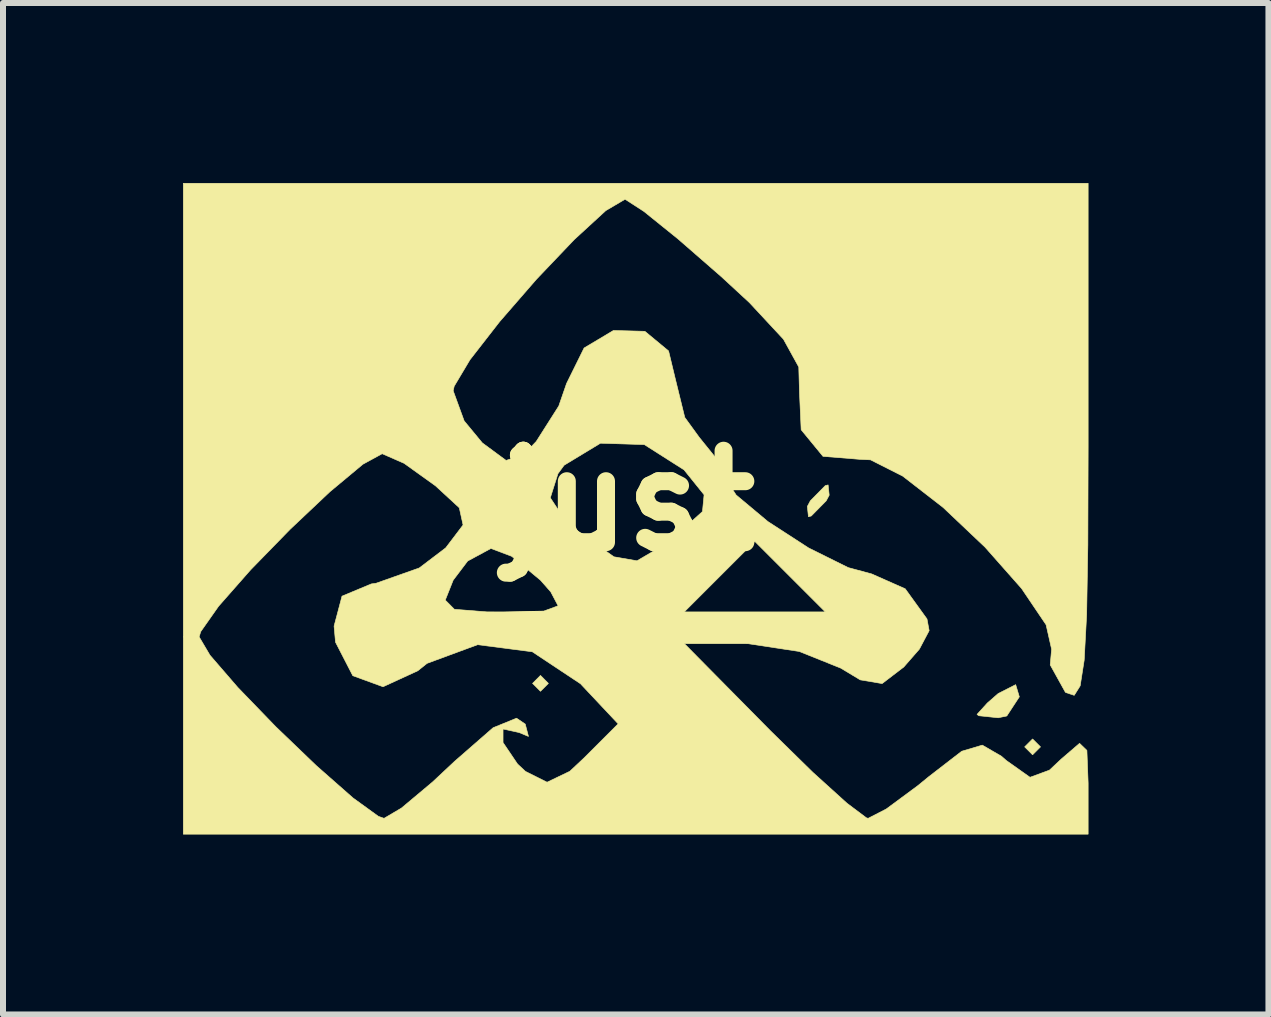
<source format=kicad_pcb>
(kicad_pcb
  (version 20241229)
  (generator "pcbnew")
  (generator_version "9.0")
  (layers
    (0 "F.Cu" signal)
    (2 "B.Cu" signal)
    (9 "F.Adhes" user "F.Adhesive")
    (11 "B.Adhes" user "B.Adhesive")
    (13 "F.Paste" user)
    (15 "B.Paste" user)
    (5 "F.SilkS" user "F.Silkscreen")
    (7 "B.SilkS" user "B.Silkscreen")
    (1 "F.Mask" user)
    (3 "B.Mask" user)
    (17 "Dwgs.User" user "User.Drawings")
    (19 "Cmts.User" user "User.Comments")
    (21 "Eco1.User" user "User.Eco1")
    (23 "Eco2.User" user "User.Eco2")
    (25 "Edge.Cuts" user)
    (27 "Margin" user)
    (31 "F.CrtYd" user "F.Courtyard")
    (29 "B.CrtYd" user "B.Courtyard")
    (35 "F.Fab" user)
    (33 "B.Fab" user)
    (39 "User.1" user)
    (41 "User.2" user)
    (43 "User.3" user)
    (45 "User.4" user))
  (footprint "just"
    (layer "F.Cu")
    (at 7.413 5.297)
    (property "Reference" "just" (at 0 0 0) (layer "F.SilkS") (effects (font (size 1.524 1.524) (thickness 0.3))))
    (attr through_hole)
    (fp_poly (pts (xy -1.323 3.043) (xy -1.455 3.175) (xy -1.587 3.043) (xy -1.455 2.91) (xy -1.323 3.043)) (stroke (width 0.01) (type solid)) (fill yes) (layer "F.SilkS"))
    (fp_poly (pts (xy 6.879 4.101) (xy 6.747 4.233) (xy 6.615 4.101) (xy 6.747 3.969) (xy 6.879 4.101)) (stroke (width 0.01) (type solid)) (fill yes) (layer "F.SilkS"))
    (fp_poly (pts (xy 3.357 -0.094) (xy 3.307 0) (xy 3.058 0.253) (xy 3.011 0.265) (xy 2.993 0.094) (xy 3.043 0) (xy 3.292 -0.253) (xy 3.339 -0.265) (xy 3.357 -0.094)) (stroke (width 0.01) (type solid)) (fill yes) (layer "F.SilkS"))
    (fp_poly (pts (xy 6.526 3.267) (xy 6.317 3.586) (xy 6.174 3.616) (xy 5.85 3.582) (xy 5.821 3.56) (xy 5.993 3.37) (xy 6.174 3.212) (xy 6.465 3.064) (xy 6.526 3.267)) (stroke (width 0.01) (type solid)) (fill yes) (layer "F.SilkS"))
    (fp_poly (pts (xy 7.673 -0.894) (xy 7.668 0.732) (xy 7.648 1.893) (xy 7.607 2.656) (xy 7.54 3.084) (xy 7.441 3.242) (xy 7.302 3.196) (xy 7.292 3.188) (xy 7.041 2.735) (xy 7.064 2.473) (xy 6.972 2.066) (xy 6.564 1.462) (xy 5.955 0.773) (xy 5.256 0.111) (xy 4.582 -0.412) (xy 4.046 -0.683) (xy 3.873 -0.691) (xy 3.254 -0.741) (xy 2.89 -1.184) (xy 2.862 -1.807) (xy 2.85 -2.23) (xy 2.595 -2.693) (xy 2.027 -3.304) (xy 1.559 -3.736) (xy 0.838 -4.364) (xy 0.269 -4.823) (xy -0.037 -5.021) (xy -0.049 -5.024) (xy -0.366 -4.837) (xy -0.893 -4.353) (xy -1.519 -3.696) (xy -2.135 -2.987) (xy -2.63 -2.351) (xy -2.893 -1.91) (xy -2.91 -1.834) (xy -2.727 -1.332) (xy -2.424 -0.965) (xy -2.028 -0.673) (xy -1.735 -0.771) (xy -1.525 -0.99) (xy -1.15 -1.58) (xy -1.02 -1.956) (xy -0.728 -2.547) (xy -0.239 -2.839) (xy 0.285 -2.825) (xy 0.68 -2.498) (xy 0.794 -2.025) (xy 0.95 -1.39) (xy 1.191 -1.058) (xy 1.527 -0.642) (xy 1.591 -0.431) (xy 1.806 -0.097) (xy 2.336 0.346) (xy 3.015 0.786) (xy 3.674 1.113) (xy 4.064 1.218) (xy 4.624 1.466) (xy 4.987 1.969) (xy 5.023 2.164) (xy 4.86 2.472) (xy 4.6 2.77) (xy 4.239 3.046) (xy 3.874 2.984) (xy 3.551 2.789) (xy 2.859 2.511) (xy 2.011 2.382) (xy 1.937 2.381) (xy 0.944 2.381) (xy 2.381 3.836) (xy 3.086 4.527) (xy 3.653 5.04) (xy 3.978 5.284) (xy 4.006 5.292) (xy 4.309 5.136) (xy 4.835 4.747) (xy 5.017 4.598) (xy 5.566 4.174) (xy 5.909 4.072) (xy 6.228 4.257) (xy 6.309 4.328) (xy 6.704 4.608) (xy 7.028 4.489) (xy 7.225 4.304) (xy 7.53 4.042) (xy 7.652 4.16) (xy 7.673 4.706) (xy 7.673 5.556) (xy -7.408 5.556) (xy -7.408 2.268) (xy -7.144 2.268) (xy -6.963 2.574) (xy -6.499 3.111) (xy -5.869 3.763) (xy -5.19 4.415) (xy -4.58 4.952) (xy -4.156 5.259) (xy -4.062 5.292) (xy -3.772 5.121) (xy -3.252 4.685) (xy -2.886 4.342) (xy -2.244 3.782) (xy -1.854 3.623) (xy -1.709 3.721) (xy -1.655 3.927) (xy -1.811 3.862) (xy -2.079 3.803) (xy -2.079 4.029) (xy -1.837 4.387) (xy -1.705 4.51) (xy -1.345 4.69) (xy -0.966 4.508) (xy -0.727 4.284) (xy -0.16 3.717) (xy -0.788 3.049) (xy -1.591 2.516) (xy -2.503 2.398) (xy -3.345 2.709) (xy -3.5 2.833) (xy -4.079 3.099) (xy -4.583 2.915) (xy -4.871 2.356) (xy -4.895 2.088) (xy -4.78 1.655) (xy -3.042 1.655) (xy -2.89 1.808) (xy -2.349 1.851) (xy -2.085 1.852) (xy 0.941 1.852) (xy 3.293 1.852) (xy 2.705 1.264) (xy 2.117 0.676) (xy 1.529 1.264) (xy 0.941 1.852) (xy -2.085 1.852) (xy -1.401 1.838) (xy -1.161 1.75) (xy -1.284 1.517) (xy -1.455 1.323) (xy -1.934 0.925) (xy -2.281 0.794) (xy -2.668 1.003) (xy -2.91 1.323) (xy -3.042 1.655) (xy -4.78 1.655) (xy -4.763 1.589) (xy -4.274 1.385) (xy -4.195 1.374) (xy -3.475 1.119) (xy -3.034 0.784) (xy -2.745 0.403) (xy -2.808 0.116) (xy -2.988 -0.05) (xy -1.291 -0.05) (xy -1.043 0.326) (xy -0.794 0.534) (xy -0.231 0.933) (xy 0.154 1) (xy 0.596 0.74) (xy 0.828 0.554) (xy 1.245 0.179) (xy 1.272 -0.101) (xy 0.938 -0.516) (xy 0.276 -0.937) (xy -0.455 -0.96) (xy -1.061 -0.593) (xy -1.164 -0.452) (xy -1.291 -0.05) (xy -2.988 -0.05) (xy -3.205 -0.25) (xy -3.728 -0.625) (xy -4.093 -0.785) (xy -4.414 -0.61) (xy -4.965 -0.151) (xy -5.627 0.474) (xy -6.285 1.149) (xy -6.82 1.757) (xy -7.118 2.181) (xy -7.144 2.268) (xy -7.408 2.268) (xy -7.408 -5.292) (xy 7.673 -5.292) (xy 7.673 -0.894)) (stroke (width 0.01) (type solid)) (fill yes) (layer "F.SilkS")))
  (gr_rect
    (start -3 -3)
    (end 18.091 13.858)
    (stroke (width 0.1) (type default))
    (fill no)
    (layer "Edge.Cuts")))
</source>
